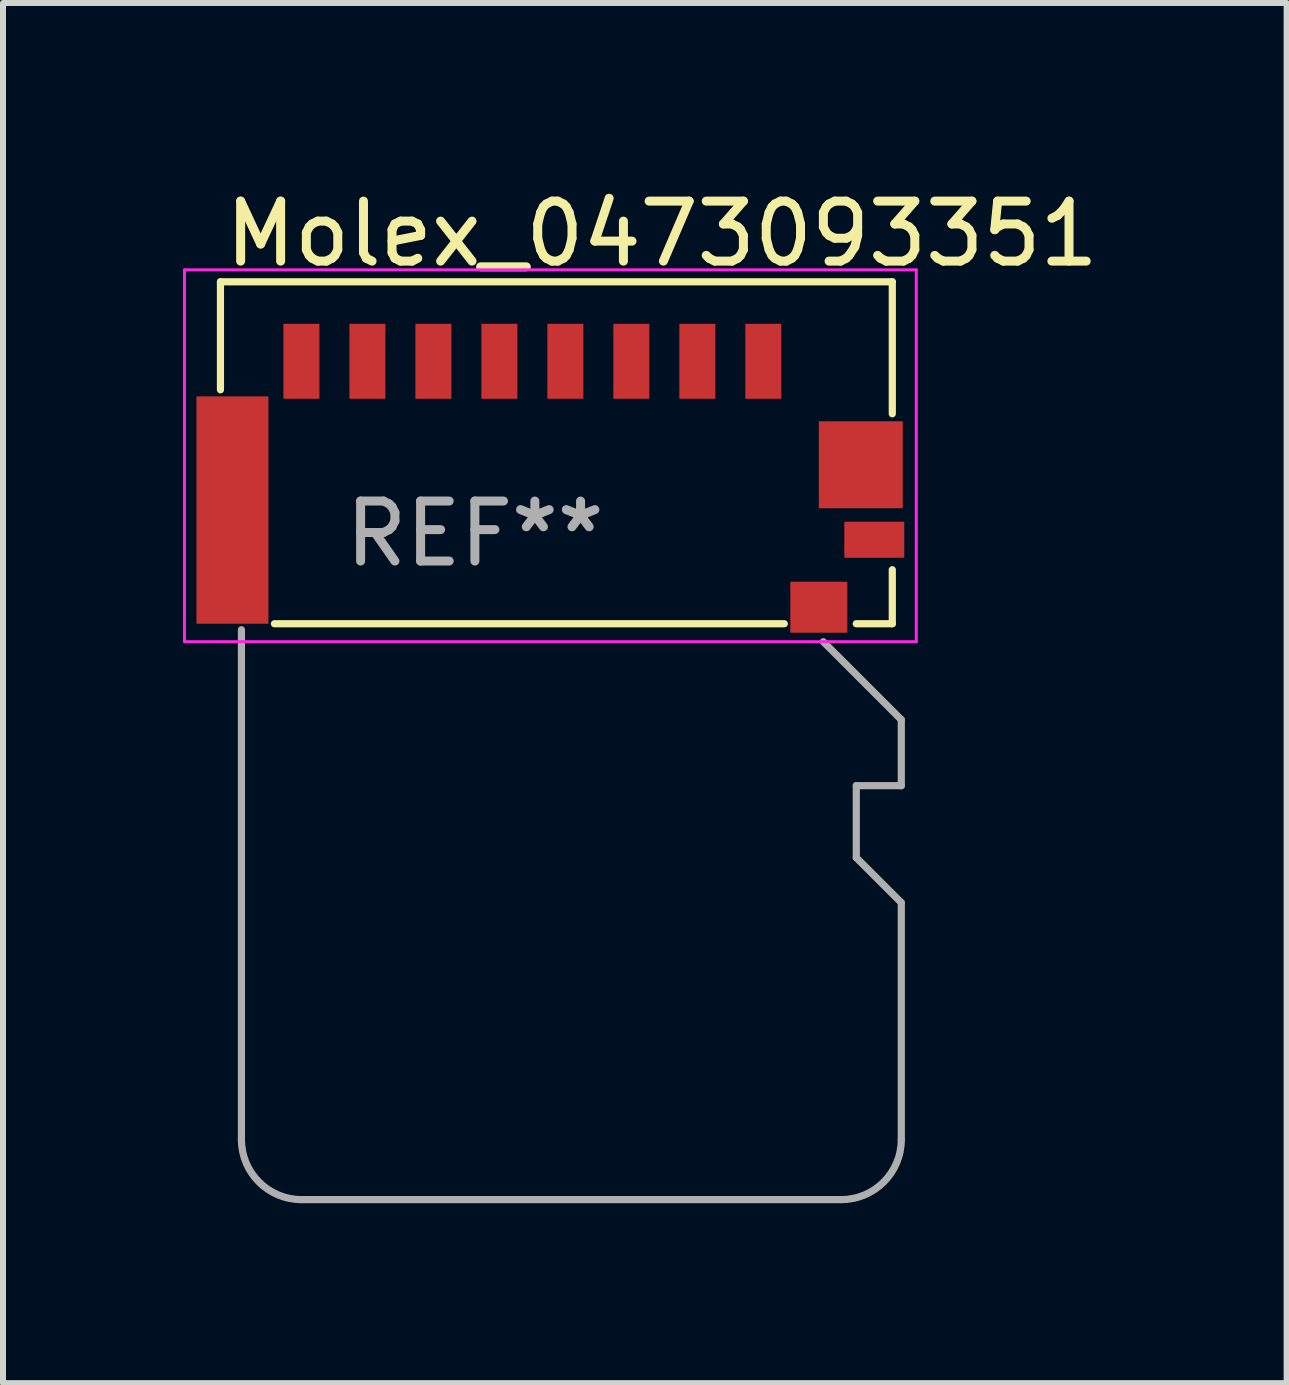
<source format=kicad_pcb>
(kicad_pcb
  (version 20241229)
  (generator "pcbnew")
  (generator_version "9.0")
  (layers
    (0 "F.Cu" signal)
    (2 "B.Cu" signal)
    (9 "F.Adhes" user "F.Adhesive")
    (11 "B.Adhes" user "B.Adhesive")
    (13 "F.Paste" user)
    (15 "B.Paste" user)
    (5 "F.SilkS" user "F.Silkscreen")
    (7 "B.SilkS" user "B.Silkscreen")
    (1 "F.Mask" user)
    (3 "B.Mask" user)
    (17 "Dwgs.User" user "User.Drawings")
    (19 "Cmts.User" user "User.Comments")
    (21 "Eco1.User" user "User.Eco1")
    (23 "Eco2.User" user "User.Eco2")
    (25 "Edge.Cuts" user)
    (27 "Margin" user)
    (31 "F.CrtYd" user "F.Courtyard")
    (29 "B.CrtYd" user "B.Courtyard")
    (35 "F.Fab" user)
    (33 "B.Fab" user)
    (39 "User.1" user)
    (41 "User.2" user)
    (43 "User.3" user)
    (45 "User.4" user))
  (footprint "Molex_0473093351"
    (layer "F.Cu")
    (at 5.825 1.648)
    (property "Reference" "Molex_0473093351" (at -5.2 -0.8 0) (layer "F.SilkS") (effects (font (size 1 1) (thickness 0.15)) (justify left)))
    (attr through_hole)
    (fp_line (start -5.2 0) (end -5.2 1.8) (stroke (width 0.12) (type solid)) (layer "F.SilkS"))
    (fp_line (start -5.2 0) (end 6 0) (stroke (width 0.12) (type solid)) (layer "F.SilkS"))
    (fp_line (start -4.3 5.7) (end 4.2 5.7) (stroke (width 0.12) (type solid)) (layer "F.SilkS"))
    (fp_line (start 6 0) (end 6 2.2) (stroke (width 0.12) (type solid)) (layer "F.SilkS"))
    (fp_line (start 6 4.8) (end 6 5.7) (stroke (width 0.12) (type solid)) (layer "F.SilkS"))
    (fp_line (start 6 5.7) (end 5.4 5.7) (stroke (width 0.12) (type solid)) (layer "F.SilkS"))
    (fp_line (start -5.8 -0.2) (end -5.8 6) (stroke (width 0.05) (type solid)) (layer "F.CrtYd"))
    (fp_line (start -5.8 6) (end 6.4 6) (stroke (width 0.05) (type solid)) (layer "F.CrtYd"))
    (fp_line (start 6.4 -0.2) (end -5.8 -0.2) (stroke (width 0.05) (type solid)) (layer "F.CrtYd"))
    (fp_line (start 6.4 6) (end 6.4 -0.2) (stroke (width 0.05) (type solid)) (layer "F.CrtYd"))
    (fp_line (start -4.85 5.8) (end -4.85 14.3) (stroke (width 0.12) (type solid)) (layer "F.Fab"))
    (fp_line (start 4.85 6) (end 6.15 7.3) (stroke (width 0.12) (type solid)) (layer "F.Fab"))
    (fp_line (start 5.15 15.3) (end -3.85 15.3) (stroke (width 0.12) (type solid)) (layer "F.Fab"))
    (fp_line (start 5.4 8.4) (end 5.4 9.6) (stroke (width 0.12) (type solid)) (layer "F.Fab"))
    (fp_line (start 5.4 8.4) (end 6.15 8.4) (stroke (width 0.12) (type solid)) (layer "F.Fab"))
    (fp_line (start 5.4 9.6) (end 6.15 10.35) (stroke (width 0.12) (type solid)) (layer "F.Fab"))
    (fp_line (start 6.15 7.3) (end 6.15 8.4) (stroke (width 0.12) (type solid)) (layer "F.Fab"))
    (fp_line (start 6.15 10.35) (end 6.15 14.3) (stroke (width 0.12) (type solid)) (layer "F.Fab"))
    (fp_arc (start -3.85 15.3) (mid -4.557107 15.007107) (end -4.85 14.3) (stroke (width 0.12) (type solid)) (layer "F.Fab"))
    (fp_arc (start 6.15 14.3) (mid 5.857107 15.007107) (end 5.15 15.3) (stroke (width 0.12) (type solid)) (layer "F.Fab"))
    (fp_text user "REF**" (at -3.2 4.2 0) (layer "F.Fab") (effects (font (size 1 1) (thickness 0.15)) (justify left)))
    (pad "1" smd rect (at 3.85 1.325 90) (size 1.25 0.6) (layers "F.Cu" "F.Mask" "F.Paste"))
    (pad "2" smd rect (at 2.75 1.325 90) (size 1.25 0.6) (layers "F.Cu" "F.Mask" "F.Paste"))
    (pad "3" smd rect (at 1.65 1.325 90) (size 1.25 0.6) (layers "F.Cu" "F.Mask" "F.Paste"))
    (pad "4" smd rect (at 0.55 1.325 90) (size 1.25 0.6) (layers "F.Cu" "F.Mask" "F.Paste"))
    (pad "5" smd rect (at -0.55 1.325 270) (size 1.25 0.6) (layers "F.Cu" "F.Mask" "F.Paste"))
    (pad "6" smd rect (at -1.65 1.325 270) (size 1.25 0.6) (layers "F.Cu" "F.Mask" "F.Paste"))
    (pad "7" smd rect (at -2.75 1.325 270) (size 1.25 0.6) (layers "F.Cu" "F.Mask" "F.Paste"))
    (pad "8" smd rect (at -3.85 1.325 270) (size 1.25 0.6) (layers "F.Cu" "F.Mask" "F.Paste"))
    (pad "9" smd rect (at 4.775 5.425) (size 0.95 0.85) (layers "F.Cu" "F.Mask" "F.Paste"))
    (pad "10" smd rect (at 5.7 4.3) (size 1 0.6) (layers "F.Cu" "F.Mask" "F.Paste"))
    (pad "11" smd rect (at -5 3.805 270) (size 3.79 1.2) (layers "F.Cu" "F.Mask" "F.Paste"))
    (pad "11" smd rect (at 5.475 3.05 270) (size 1.45 1.4) (layers "F.Cu" "F.Mask" "F.Paste")))
  (gr_rect
    (start -3 -3)
    (end 18.399 20.008)
    (stroke (width 0.1) (type default))
    (fill no)
    (layer "Edge.Cuts")))
</source>
